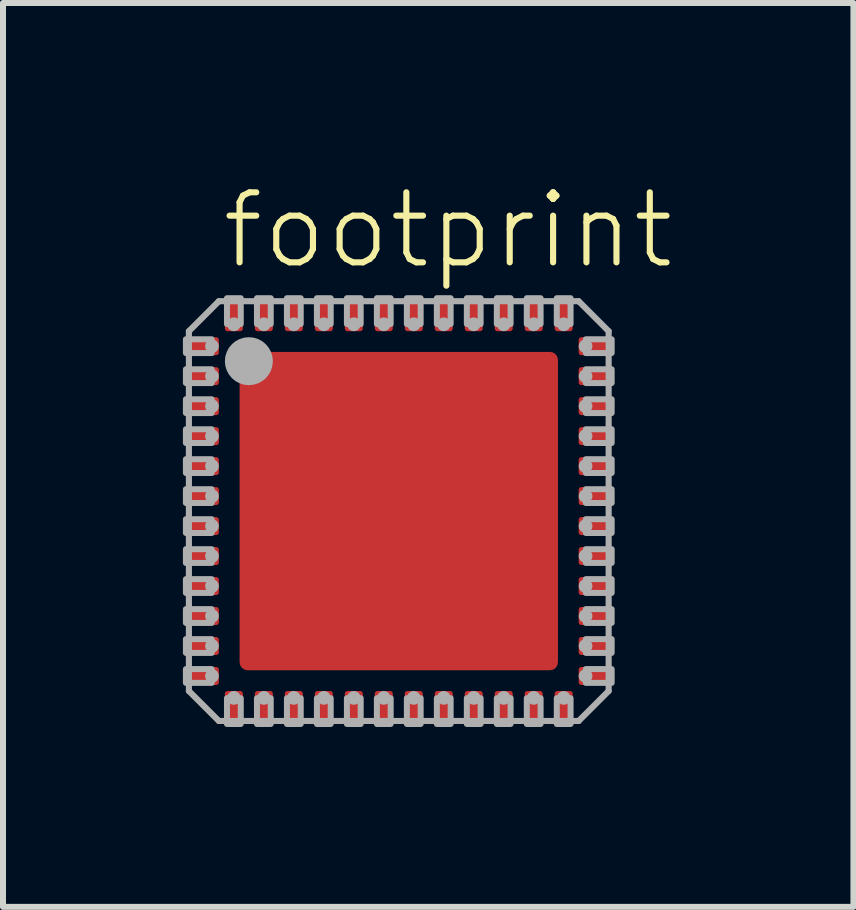
<source format=kicad_pcb>
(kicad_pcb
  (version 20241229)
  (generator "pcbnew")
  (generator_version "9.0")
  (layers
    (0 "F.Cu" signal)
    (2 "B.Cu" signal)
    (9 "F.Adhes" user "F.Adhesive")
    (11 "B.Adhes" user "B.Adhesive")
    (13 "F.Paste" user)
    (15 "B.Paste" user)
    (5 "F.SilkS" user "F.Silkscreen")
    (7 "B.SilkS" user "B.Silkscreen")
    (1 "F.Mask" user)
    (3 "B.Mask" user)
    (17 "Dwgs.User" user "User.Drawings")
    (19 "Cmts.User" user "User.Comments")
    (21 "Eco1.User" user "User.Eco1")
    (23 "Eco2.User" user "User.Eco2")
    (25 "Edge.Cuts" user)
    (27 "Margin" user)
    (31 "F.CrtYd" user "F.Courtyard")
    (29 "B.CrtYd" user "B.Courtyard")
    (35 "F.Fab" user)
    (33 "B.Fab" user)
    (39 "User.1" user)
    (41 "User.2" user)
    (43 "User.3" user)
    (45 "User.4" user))
  (footprint "footprint"
    (layer "F.Cu")
    (at 3.6 5.473)
    (property "Reference" "footprint" (at -3 -4 0) (layer "F.SilkS") (effects (font (size 1.168 1.168) (thickness 0.102)) (justify left bottom)))
    (fp_line (start -3.495 -2.845) (end -3.055 -2.845) (stroke (width 0.102) (type solid)) (layer "F.Mask"))
    (fp_line (start -3.495 -2.655) (end -3.495 -2.845) (stroke (width 0.102) (type solid)) (layer "F.Mask"))
    (fp_line (start -3.495 -2.345) (end -3.055 -2.345) (stroke (width 0.102) (type solid)) (layer "F.Mask"))
    (fp_line (start -3.495 -2.155) (end -3.495 -2.345) (stroke (width 0.102) (type solid)) (layer "F.Mask"))
    (fp_line (start -3.495 -1.845) (end -3.055 -1.845) (stroke (width 0.102) (type solid)) (layer "F.Mask"))
    (fp_line (start -3.495 -1.655) (end -3.495 -1.845) (stroke (width 0.102) (type solid)) (layer "F.Mask"))
    (fp_line (start -3.495 -1.345) (end -3.055 -1.345) (stroke (width 0.102) (type solid)) (layer "F.Mask"))
    (fp_line (start -3.495 -1.155) (end -3.495 -1.345) (stroke (width 0.102) (type solid)) (layer "F.Mask"))
    (fp_line (start -3.495 -0.845) (end -3.055 -0.845) (stroke (width 0.102) (type solid)) (layer "F.Mask"))
    (fp_line (start -3.495 -0.655) (end -3.495 -0.845) (stroke (width 0.102) (type solid)) (layer "F.Mask"))
    (fp_line (start -3.495 -0.345) (end -3.055 -0.345) (stroke (width 0.102) (type solid)) (layer "F.Mask"))
    (fp_line (start -3.495 -0.155) (end -3.495 -0.345) (stroke (width 0.102) (type solid)) (layer "F.Mask"))
    (fp_line (start -3.495 0.155) (end -3.055 0.155) (stroke (width 0.102) (type solid)) (layer "F.Mask"))
    (fp_line (start -3.495 0.345) (end -3.495 0.155) (stroke (width 0.102) (type solid)) (layer "F.Mask"))
    (fp_line (start -3.495 0.655) (end -3.055 0.655) (stroke (width 0.102) (type solid)) (layer "F.Mask"))
    (fp_line (start -3.495 0.845) (end -3.495 0.655) (stroke (width 0.102) (type solid)) (layer "F.Mask"))
    (fp_line (start -3.495 1.155) (end -3.055 1.155) (stroke (width 0.102) (type solid)) (layer "F.Mask"))
    (fp_line (start -3.495 1.345) (end -3.495 1.155) (stroke (width 0.102) (type solid)) (layer "F.Mask"))
    (fp_line (start -3.495 1.655) (end -3.055 1.655) (stroke (width 0.102) (type solid)) (layer "F.Mask"))
    (fp_line (start -3.495 1.845) (end -3.495 1.655) (stroke (width 0.102) (type solid)) (layer "F.Mask"))
    (fp_line (start -3.495 2.155) (end -3.055 2.155) (stroke (width 0.102) (type solid)) (layer "F.Mask"))
    (fp_line (start -3.495 2.345) (end -3.495 2.155) (stroke (width 0.102) (type solid)) (layer "F.Mask"))
    (fp_line (start -3.495 2.655) (end -3.055 2.655) (stroke (width 0.102) (type solid)) (layer "F.Mask"))
    (fp_line (start -3.495 2.845) (end -3.495 2.655) (stroke (width 0.102) (type solid)) (layer "F.Mask"))
    (fp_line (start -3.445 -2.75) (end -3.105 -2.75) (stroke (width 0.102) (type solid)) (layer "F.Mask"))
    (fp_line (start -3.445 -2.25) (end -3.105 -2.25) (stroke (width 0.102) (type solid)) (layer "F.Mask"))
    (fp_line (start -3.445 -1.75) (end -3.105 -1.75) (stroke (width 0.102) (type solid)) (layer "F.Mask"))
    (fp_line (start -3.445 -1.25) (end -3.105 -1.25) (stroke (width 0.102) (type solid)) (layer "F.Mask"))
    (fp_line (start -3.445 -0.75) (end -3.105 -0.75) (stroke (width 0.102) (type solid)) (layer "F.Mask"))
    (fp_line (start -3.445 -0.25) (end -3.105 -0.25) (stroke (width 0.102) (type solid)) (layer "F.Mask"))
    (fp_line (start -3.445 0.25) (end -3.105 0.25) (stroke (width 0.102) (type solid)) (layer "F.Mask"))
    (fp_line (start -3.445 0.75) (end -3.105 0.75) (stroke (width 0.102) (type solid)) (layer "F.Mask"))
    (fp_line (start -3.445 1.25) (end -3.105 1.25) (stroke (width 0.102) (type solid)) (layer "F.Mask"))
    (fp_line (start -3.445 1.75) (end -3.105 1.75) (stroke (width 0.102) (type solid)) (layer "F.Mask"))
    (fp_line (start -3.445 2.25) (end -3.105 2.25) (stroke (width 0.102) (type solid)) (layer "F.Mask"))
    (fp_line (start -3.445 2.75) (end -3.105 2.75) (stroke (width 0.102) (type solid)) (layer "F.Mask"))
    (fp_line (start -3.055 -2.845) (end -3.055 -2.655) (stroke (width 0.102) (type solid)) (layer "F.Mask"))
    (fp_line (start -3.055 -2.655) (end -3.495 -2.655) (stroke (width 0.102) (type solid)) (layer "F.Mask"))
    (fp_line (start -3.055 -2.345) (end -3.055 -2.155) (stroke (width 0.102) (type solid)) (layer "F.Mask"))
    (fp_line (start -3.055 -2.155) (end -3.495 -2.155) (stroke (width 0.102) (type solid)) (layer "F.Mask"))
    (fp_line (start -3.055 -1.845) (end -3.055 -1.655) (stroke (width 0.102) (type solid)) (layer "F.Mask"))
    (fp_line (start -3.055 -1.655) (end -3.495 -1.655) (stroke (width 0.102) (type solid)) (layer "F.Mask"))
    (fp_line (start -3.055 -1.345) (end -3.055 -1.155) (stroke (width 0.102) (type solid)) (layer "F.Mask"))
    (fp_line (start -3.055 -1.155) (end -3.495 -1.155) (stroke (width 0.102) (type solid)) (layer "F.Mask"))
    (fp_line (start -3.055 -0.845) (end -3.055 -0.655) (stroke (width 0.102) (type solid)) (layer "F.Mask"))
    (fp_line (start -3.055 -0.655) (end -3.495 -0.655) (stroke (width 0.102) (type solid)) (layer "F.Mask"))
    (fp_line (start -3.055 -0.345) (end -3.055 -0.155) (stroke (width 0.102) (type solid)) (layer "F.Mask"))
    (fp_line (start -3.055 -0.155) (end -3.495 -0.155) (stroke (width 0.102) (type solid)) (layer "F.Mask"))
    (fp_line (start -3.055 0.155) (end -3.055 0.345) (stroke (width 0.102) (type solid)) (layer "F.Mask"))
    (fp_line (start -3.055 0.345) (end -3.495 0.345) (stroke (width 0.102) (type solid)) (layer "F.Mask"))
    (fp_line (start -3.055 0.655) (end -3.055 0.845) (stroke (width 0.102) (type solid)) (layer "F.Mask"))
    (fp_line (start -3.055 0.845) (end -3.495 0.845) (stroke (width 0.102) (type solid)) (layer "F.Mask"))
    (fp_line (start -3.055 1.155) (end -3.055 1.345) (stroke (width 0.102) (type solid)) (layer "F.Mask"))
    (fp_line (start -3.055 1.345) (end -3.495 1.345) (stroke (width 0.102) (type solid)) (layer "F.Mask"))
    (fp_line (start -3.055 1.655) (end -3.055 1.845) (stroke (width 0.102) (type solid)) (layer "F.Mask"))
    (fp_line (start -3.055 1.845) (end -3.495 1.845) (stroke (width 0.102) (type solid)) (layer "F.Mask"))
    (fp_line (start -3.055 2.155) (end -3.055 2.345) (stroke (width 0.102) (type solid)) (layer "F.Mask"))
    (fp_line (start -3.055 2.345) (end -3.495 2.345) (stroke (width 0.102) (type solid)) (layer "F.Mask"))
    (fp_line (start -3.055 2.655) (end -3.055 2.845) (stroke (width 0.102) (type solid)) (layer "F.Mask"))
    (fp_line (start -3.055 2.845) (end -3.495 2.845) (stroke (width 0.102) (type solid)) (layer "F.Mask"))
    (fp_line (start -2.845 -3.495) (end -2.655 -3.495) (stroke (width 0.102) (type solid)) (layer "F.Mask"))
    (fp_line (start -2.845 -3.055) (end -2.845 -3.495) (stroke (width 0.102) (type solid)) (layer "F.Mask"))
    (fp_line (start -2.845 3.055) (end -2.655 3.055) (stroke (width 0.102) (type solid)) (layer "F.Mask"))
    (fp_line (start -2.845 3.495) (end -2.845 3.055) (stroke (width 0.102) (type solid)) (layer "F.Mask"))
    (fp_line (start -2.75 -3.445) (end -2.75 -3.105) (stroke (width 0.102) (type solid)) (layer "F.Mask"))
    (fp_line (start -2.75 3.445) (end -2.75 3.105) (stroke (width 0.102) (type solid)) (layer "F.Mask"))
    (fp_line (start -2.655 -3.495) (end -2.655 -3.055) (stroke (width 0.102) (type solid)) (layer "F.Mask"))
    (fp_line (start -2.655 -3.055) (end -2.845 -3.055) (stroke (width 0.102) (type solid)) (layer "F.Mask"))
    (fp_line (start -2.655 3.055) (end -2.655 3.495) (stroke (width 0.102) (type solid)) (layer "F.Mask"))
    (fp_line (start -2.655 3.495) (end -2.845 3.495) (stroke (width 0.102) (type solid)) (layer "F.Mask"))
    (fp_line (start -2.345 -3.495) (end -2.155 -3.495) (stroke (width 0.102) (type solid)) (layer "F.Mask"))
    (fp_line (start -2.345 -3.055) (end -2.345 -3.495) (stroke (width 0.102) (type solid)) (layer "F.Mask"))
    (fp_line (start -2.345 3.055) (end -2.155 3.055) (stroke (width 0.102) (type solid)) (layer "F.Mask"))
    (fp_line (start -2.345 3.495) (end -2.345 3.055) (stroke (width 0.102) (type solid)) (layer "F.Mask"))
    (fp_line (start -2.25 -3.445) (end -2.25 -3.105) (stroke (width 0.102) (type solid)) (layer "F.Mask"))
    (fp_line (start -2.25 3.445) (end -2.25 3.105) (stroke (width 0.102) (type solid)) (layer "F.Mask"))
    (fp_line (start -2.155 -3.495) (end -2.155 -3.055) (stroke (width 0.102) (type solid)) (layer "F.Mask"))
    (fp_line (start -2.155 -3.055) (end -2.345 -3.055) (stroke (width 0.102) (type solid)) (layer "F.Mask"))
    (fp_line (start -2.155 3.055) (end -2.155 3.495) (stroke (width 0.102) (type solid)) (layer "F.Mask"))
    (fp_line (start -2.155 3.495) (end -2.345 3.495) (stroke (width 0.102) (type solid)) (layer "F.Mask"))
    (fp_line (start -1.845 -3.495) (end -1.655 -3.495) (stroke (width 0.102) (type solid)) (layer "F.Mask"))
    (fp_line (start -1.845 -3.055) (end -1.845 -3.495) (stroke (width 0.102) (type solid)) (layer "F.Mask"))
    (fp_line (start -1.845 3.055) (end -1.655 3.055) (stroke (width 0.102) (type solid)) (layer "F.Mask"))
    (fp_line (start -1.845 3.495) (end -1.845 3.055) (stroke (width 0.102) (type solid)) (layer "F.Mask"))
    (fp_line (start -1.75 -3.445) (end -1.75 -3.105) (stroke (width 0.102) (type solid)) (layer "F.Mask"))
    (fp_line (start -1.75 3.445) (end -1.75 3.105) (stroke (width 0.102) (type solid)) (layer "F.Mask"))
    (fp_line (start -1.655 -3.495) (end -1.655 -3.055) (stroke (width 0.102) (type solid)) (layer "F.Mask"))
    (fp_line (start -1.655 -3.055) (end -1.845 -3.055) (stroke (width 0.102) (type solid)) (layer "F.Mask"))
    (fp_line (start -1.655 3.055) (end -1.655 3.495) (stroke (width 0.102) (type solid)) (layer "F.Mask"))
    (fp_line (start -1.655 3.495) (end -1.845 3.495) (stroke (width 0.102) (type solid)) (layer "F.Mask"))
    (fp_line (start -1.345 -3.495) (end -1.155 -3.495) (stroke (width 0.102) (type solid)) (layer "F.Mask"))
    (fp_line (start -1.345 -3.055) (end -1.345 -3.495) (stroke (width 0.102) (type solid)) (layer "F.Mask"))
    (fp_line (start -1.345 3.055) (end -1.155 3.055) (stroke (width 0.102) (type solid)) (layer "F.Mask"))
    (fp_line (start -1.345 3.495) (end -1.345 3.055) (stroke (width 0.102) (type solid)) (layer "F.Mask"))
    (fp_line (start -1.25 -3.445) (end -1.25 -3.105) (stroke (width 0.102) (type solid)) (layer "F.Mask"))
    (fp_line (start -1.25 3.445) (end -1.25 3.105) (stroke (width 0.102) (type solid)) (layer "F.Mask"))
    (fp_line (start -1.155 -3.495) (end -1.155 -3.055) (stroke (width 0.102) (type solid)) (layer "F.Mask"))
    (fp_line (start -1.155 -3.055) (end -1.345 -3.055) (stroke (width 0.102) (type solid)) (layer "F.Mask"))
    (fp_line (start -1.155 3.055) (end -1.155 3.495) (stroke (width 0.102) (type solid)) (layer "F.Mask"))
    (fp_line (start -1.155 3.495) (end -1.345 3.495) (stroke (width 0.102) (type solid)) (layer "F.Mask"))
    (fp_line (start -0.845 -3.495) (end -0.655 -3.495) (stroke (width 0.102) (type solid)) (layer "F.Mask"))
    (fp_line (start -0.845 -3.055) (end -0.845 -3.495) (stroke (width 0.102) (type solid)) (layer "F.Mask"))
    (fp_line (start -0.845 3.055) (end -0.655 3.055) (stroke (width 0.102) (type solid)) (layer "F.Mask"))
    (fp_line (start -0.845 3.495) (end -0.845 3.055) (stroke (width 0.102) (type solid)) (layer "F.Mask"))
    (fp_line (start -0.75 -3.445) (end -0.75 -3.105) (stroke (width 0.102) (type solid)) (layer "F.Mask"))
    (fp_line (start -0.75 3.445) (end -0.75 3.105) (stroke (width 0.102) (type solid)) (layer "F.Mask"))
    (fp_line (start -0.655 -3.495) (end -0.655 -3.055) (stroke (width 0.102) (type solid)) (layer "F.Mask"))
    (fp_line (start -0.655 -3.055) (end -0.845 -3.055) (stroke (width 0.102) (type solid)) (layer "F.Mask"))
    (fp_line (start -0.655 3.055) (end -0.655 3.495) (stroke (width 0.102) (type solid)) (layer "F.Mask"))
    (fp_line (start -0.655 3.495) (end -0.845 3.495) (stroke (width 0.102) (type solid)) (layer "F.Mask"))
    (fp_line (start -0.345 -3.495) (end -0.155 -3.495) (stroke (width 0.102) (type solid)) (layer "F.Mask"))
    (fp_line (start -0.345 -3.055) (end -0.345 -3.495) (stroke (width 0.102) (type solid)) (layer "F.Mask"))
    (fp_line (start -0.345 3.055) (end -0.155 3.055) (stroke (width 0.102) (type solid)) (layer "F.Mask"))
    (fp_line (start -0.345 3.495) (end -0.345 3.055) (stroke (width 0.102) (type solid)) (layer "F.Mask"))
    (fp_line (start -0.25 -3.445) (end -0.25 -3.105) (stroke (width 0.102) (type solid)) (layer "F.Mask"))
    (fp_line (start -0.25 3.445) (end -0.25 3.105) (stroke (width 0.102) (type solid)) (layer "F.Mask"))
    (fp_line (start -0.155 -3.495) (end -0.155 -3.055) (stroke (width 0.102) (type solid)) (layer "F.Mask"))
    (fp_line (start -0.155 -3.055) (end -0.345 -3.055) (stroke (width 0.102) (type solid)) (layer "F.Mask"))
    (fp_line (start -0.155 3.055) (end -0.155 3.495) (stroke (width 0.102) (type solid)) (layer "F.Mask"))
    (fp_line (start -0.155 3.495) (end -0.345 3.495) (stroke (width 0.102) (type solid)) (layer "F.Mask"))
    (fp_line (start 0.155 -3.495) (end 0.345 -3.495) (stroke (width 0.102) (type solid)) (layer "F.Mask"))
    (fp_line (start 0.155 -3.055) (end 0.155 -3.495) (stroke (width 0.102) (type solid)) (layer "F.Mask"))
    (fp_line (start 0.155 3.055) (end 0.345 3.055) (stroke (width 0.102) (type solid)) (layer "F.Mask"))
    (fp_line (start 0.155 3.495) (end 0.155 3.055) (stroke (width 0.102) (type solid)) (layer "F.Mask"))
    (fp_line (start 0.25 -3.445) (end 0.25 -3.105) (stroke (width 0.102) (type solid)) (layer "F.Mask"))
    (fp_line (start 0.25 3.445) (end 0.25 3.105) (stroke (width 0.102) (type solid)) (layer "F.Mask"))
    (fp_line (start 0.345 -3.495) (end 0.345 -3.055) (stroke (width 0.102) (type solid)) (layer "F.Mask"))
    (fp_line (start 0.345 -3.055) (end 0.155 -3.055) (stroke (width 0.102) (type solid)) (layer "F.Mask"))
    (fp_line (start 0.345 3.055) (end 0.345 3.495) (stroke (width 0.102) (type solid)) (layer "F.Mask"))
    (fp_line (start 0.345 3.495) (end 0.155 3.495) (stroke (width 0.102) (type solid)) (layer "F.Mask"))
    (fp_line (start 0.655 -3.495) (end 0.845 -3.495) (stroke (width 0.102) (type solid)) (layer "F.Mask"))
    (fp_line (start 0.655 -3.055) (end 0.655 -3.495) (stroke (width 0.102) (type solid)) (layer "F.Mask"))
    (fp_line (start 0.655 3.055) (end 0.845 3.055) (stroke (width 0.102) (type solid)) (layer "F.Mask"))
    (fp_line (start 0.655 3.495) (end 0.655 3.055) (stroke (width 0.102) (type solid)) (layer "F.Mask"))
    (fp_line (start 0.75 -3.445) (end 0.75 -3.105) (stroke (width 0.102) (type solid)) (layer "F.Mask"))
    (fp_line (start 0.75 3.445) (end 0.75 3.105) (stroke (width 0.102) (type solid)) (layer "F.Mask"))
    (fp_line (start 0.845 -3.495) (end 0.845 -3.055) (stroke (width 0.102) (type solid)) (layer "F.Mask"))
    (fp_line (start 0.845 -3.055) (end 0.655 -3.055) (stroke (width 0.102) (type solid)) (layer "F.Mask"))
    (fp_line (start 0.845 3.055) (end 0.845 3.495) (stroke (width 0.102) (type solid)) (layer "F.Mask"))
    (fp_line (start 0.845 3.495) (end 0.655 3.495) (stroke (width 0.102) (type solid)) (layer "F.Mask"))
    (fp_line (start 1.155 -3.495) (end 1.345 -3.495) (stroke (width 0.102) (type solid)) (layer "F.Mask"))
    (fp_line (start 1.155 -3.055) (end 1.155 -3.495) (stroke (width 0.102) (type solid)) (layer "F.Mask"))
    (fp_line (start 1.155 3.055) (end 1.345 3.055) (stroke (width 0.102) (type solid)) (layer "F.Mask"))
    (fp_line (start 1.155 3.495) (end 1.155 3.055) (stroke (width 0.102) (type solid)) (layer "F.Mask"))
    (fp_line (start 1.25 -3.445) (end 1.25 -3.105) (stroke (width 0.102) (type solid)) (layer "F.Mask"))
    (fp_line (start 1.25 3.445) (end 1.25 3.105) (stroke (width 0.102) (type solid)) (layer "F.Mask"))
    (fp_line (start 1.345 -3.495) (end 1.345 -3.055) (stroke (width 0.102) (type solid)) (layer "F.Mask"))
    (fp_line (start 1.345 -3.055) (end 1.155 -3.055) (stroke (width 0.102) (type solid)) (layer "F.Mask"))
    (fp_line (start 1.345 3.055) (end 1.345 3.495) (stroke (width 0.102) (type solid)) (layer "F.Mask"))
    (fp_line (start 1.345 3.495) (end 1.155 3.495) (stroke (width 0.102) (type solid)) (layer "F.Mask"))
    (fp_line (start 1.655 -3.495) (end 1.845 -3.495) (stroke (width 0.102) (type solid)) (layer "F.Mask"))
    (fp_line (start 1.655 -3.055) (end 1.655 -3.495) (stroke (width 0.102) (type solid)) (layer "F.Mask"))
    (fp_line (start 1.655 3.055) (end 1.845 3.055) (stroke (width 0.102) (type solid)) (layer "F.Mask"))
    (fp_line (start 1.655 3.495) (end 1.655 3.055) (stroke (width 0.102) (type solid)) (layer "F.Mask"))
    (fp_line (start 1.75 -3.445) (end 1.75 -3.105) (stroke (width 0.102) (type solid)) (layer "F.Mask"))
    (fp_line (start 1.75 3.445) (end 1.75 3.105) (stroke (width 0.102) (type solid)) (layer "F.Mask"))
    (fp_line (start 1.845 -3.495) (end 1.845 -3.055) (stroke (width 0.102) (type solid)) (layer "F.Mask"))
    (fp_line (start 1.845 -3.055) (end 1.655 -3.055) (stroke (width 0.102) (type solid)) (layer "F.Mask"))
    (fp_line (start 1.845 3.055) (end 1.845 3.495) (stroke (width 0.102) (type solid)) (layer "F.Mask"))
    (fp_line (start 1.845 3.495) (end 1.655 3.495) (stroke (width 0.102) (type solid)) (layer "F.Mask"))
    (fp_line (start 2.155 -3.495) (end 2.345 -3.495) (stroke (width 0.102) (type solid)) (layer "F.Mask"))
    (fp_line (start 2.155 -3.055) (end 2.155 -3.495) (stroke (width 0.102) (type solid)) (layer "F.Mask"))
    (fp_line (start 2.155 3.055) (end 2.345 3.055) (stroke (width 0.102) (type solid)) (layer "F.Mask"))
    (fp_line (start 2.155 3.495) (end 2.155 3.055) (stroke (width 0.102) (type solid)) (layer "F.Mask"))
    (fp_line (start 2.25 -3.445) (end 2.25 -3.105) (stroke (width 0.102) (type solid)) (layer "F.Mask"))
    (fp_line (start 2.25 3.445) (end 2.25 3.105) (stroke (width 0.102) (type solid)) (layer "F.Mask"))
    (fp_line (start 2.345 -3.495) (end 2.345 -3.055) (stroke (width 0.102) (type solid)) (layer "F.Mask"))
    (fp_line (start 2.345 -3.055) (end 2.155 -3.055) (stroke (width 0.102) (type solid)) (layer "F.Mask"))
    (fp_line (start 2.345 3.055) (end 2.345 3.495) (stroke (width 0.102) (type solid)) (layer "F.Mask"))
    (fp_line (start 2.345 3.495) (end 2.155 3.495) (stroke (width 0.102) (type solid)) (layer "F.Mask"))
    (fp_line (start 2.655 -3.495) (end 2.845 -3.495) (stroke (width 0.102) (type solid)) (layer "F.Mask"))
    (fp_line (start 2.655 -3.055) (end 2.655 -3.495) (stroke (width 0.102) (type solid)) (layer "F.Mask"))
    (fp_line (start 2.655 3.055) (end 2.845 3.055) (stroke (width 0.102) (type solid)) (layer "F.Mask"))
    (fp_line (start 2.655 3.495) (end 2.655 3.055) (stroke (width 0.102) (type solid)) (layer "F.Mask"))
    (fp_line (start 2.75 -3.445) (end 2.75 -3.105) (stroke (width 0.102) (type solid)) (layer "F.Mask"))
    (fp_line (start 2.75 3.445) (end 2.75 3.105) (stroke (width 0.102) (type solid)) (layer "F.Mask"))
    (fp_line (start 2.845 -3.495) (end 2.845 -3.055) (stroke (width 0.102) (type solid)) (layer "F.Mask"))
    (fp_line (start 2.845 -3.055) (end 2.655 -3.055) (stroke (width 0.102) (type solid)) (layer "F.Mask"))
    (fp_line (start 2.845 3.055) (end 2.845 3.495) (stroke (width 0.102) (type solid)) (layer "F.Mask"))
    (fp_line (start 2.845 3.495) (end 2.655 3.495) (stroke (width 0.102) (type solid)) (layer "F.Mask"))
    (fp_line (start 3.055 -2.845) (end 3.495 -2.845) (stroke (width 0.102) (type solid)) (layer "F.Mask"))
    (fp_line (start 3.055 -2.655) (end 3.055 -2.845) (stroke (width 0.102) (type solid)) (layer "F.Mask"))
    (fp_line (start 3.055 -2.345) (end 3.495 -2.345) (stroke (width 0.102) (type solid)) (layer "F.Mask"))
    (fp_line (start 3.055 -2.155) (end 3.055 -2.345) (stroke (width 0.102) (type solid)) (layer "F.Mask"))
    (fp_line (start 3.055 -1.845) (end 3.495 -1.845) (stroke (width 0.102) (type solid)) (layer "F.Mask"))
    (fp_line (start 3.055 -1.655) (end 3.055 -1.845) (stroke (width 0.102) (type solid)) (layer "F.Mask"))
    (fp_line (start 3.055 -1.345) (end 3.495 -1.345) (stroke (width 0.102) (type solid)) (layer "F.Mask"))
    (fp_line (start 3.055 -1.155) (end 3.055 -1.345) (stroke (width 0.102) (type solid)) (layer "F.Mask"))
    (fp_line (start 3.055 -0.845) (end 3.495 -0.845) (stroke (width 0.102) (type solid)) (layer "F.Mask"))
    (fp_line (start 3.055 -0.655) (end 3.055 -0.845) (stroke (width 0.102) (type solid)) (layer "F.Mask"))
    (fp_line (start 3.055 -0.345) (end 3.495 -0.345) (stroke (width 0.102) (type solid)) (layer "F.Mask"))
    (fp_line (start 3.055 -0.155) (end 3.055 -0.345) (stroke (width 0.102) (type solid)) (layer "F.Mask"))
    (fp_line (start 3.055 0.155) (end 3.495 0.155) (stroke (width 0.102) (type solid)) (layer "F.Mask"))
    (fp_line (start 3.055 0.345) (end 3.055 0.155) (stroke (width 0.102) (type solid)) (layer "F.Mask"))
    (fp_line (start 3.055 0.655) (end 3.495 0.655) (stroke (width 0.102) (type solid)) (layer "F.Mask"))
    (fp_line (start 3.055 0.845) (end 3.055 0.655) (stroke (width 0.102) (type solid)) (layer "F.Mask"))
    (fp_line (start 3.055 1.155) (end 3.495 1.155) (stroke (width 0.102) (type solid)) (layer "F.Mask"))
    (fp_line (start 3.055 1.345) (end 3.055 1.155) (stroke (width 0.102) (type solid)) (layer "F.Mask"))
    (fp_line (start 3.055 1.655) (end 3.495 1.655) (stroke (width 0.102) (type solid)) (layer "F.Mask"))
    (fp_line (start 3.055 1.845) (end 3.055 1.655) (stroke (width 0.102) (type solid)) (layer "F.Mask"))
    (fp_line (start 3.055 2.155) (end 3.495 2.155) (stroke (width 0.102) (type solid)) (layer "F.Mask"))
    (fp_line (start 3.055 2.345) (end 3.055 2.155) (stroke (width 0.102) (type solid)) (layer "F.Mask"))
    (fp_line (start 3.055 2.655) (end 3.495 2.655) (stroke (width 0.102) (type solid)) (layer "F.Mask"))
    (fp_line (start 3.055 2.845) (end 3.055 2.655) (stroke (width 0.102) (type solid)) (layer "F.Mask"))
    (fp_line (start 3.445 -2.75) (end 3.105 -2.75) (stroke (width 0.102) (type solid)) (layer "F.Mask"))
    (fp_line (start 3.445 -2.25) (end 3.105 -2.25) (stroke (width 0.102) (type solid)) (layer "F.Mask"))
    (fp_line (start 3.445 -1.75) (end 3.105 -1.75) (stroke (width 0.102) (type solid)) (layer "F.Mask"))
    (fp_line (start 3.445 -1.25) (end 3.105 -1.25) (stroke (width 0.102) (type solid)) (layer "F.Mask"))
    (fp_line (start 3.445 -0.75) (end 3.105 -0.75) (stroke (width 0.102) (type solid)) (layer "F.Mask"))
    (fp_line (start 3.445 -0.25) (end 3.105 -0.25) (stroke (width 0.102) (type solid)) (layer "F.Mask"))
    (fp_line (start 3.445 0.25) (end 3.105 0.25) (stroke (width 0.102) (type solid)) (layer "F.Mask"))
    (fp_line (start 3.445 0.75) (end 3.105 0.75) (stroke (width 0.102) (type solid)) (layer "F.Mask"))
    (fp_line (start 3.445 1.25) (end 3.105 1.25) (stroke (width 0.102) (type solid)) (layer "F.Mask"))
    (fp_line (start 3.445 1.75) (end 3.105 1.75) (stroke (width 0.102) (type solid)) (layer "F.Mask"))
    (fp_line (start 3.445 2.25) (end 3.105 2.25) (stroke (width 0.102) (type solid)) (layer "F.Mask"))
    (fp_line (start 3.445 2.75) (end 3.105 2.75) (stroke (width 0.102) (type solid)) (layer "F.Mask"))
    (fp_line (start 3.495 -2.845) (end 3.495 -2.655) (stroke (width 0.102) (type solid)) (layer "F.Mask"))
    (fp_line (start 3.495 -2.655) (end 3.055 -2.655) (stroke (width 0.102) (type solid)) (layer "F.Mask"))
    (fp_line (start 3.495 -2.345) (end 3.495 -2.155) (stroke (width 0.102) (type solid)) (layer "F.Mask"))
    (fp_line (start 3.495 -2.155) (end 3.055 -2.155) (stroke (width 0.102) (type solid)) (layer "F.Mask"))
    (fp_line (start 3.495 -1.845) (end 3.495 -1.655) (stroke (width 0.102) (type solid)) (layer "F.Mask"))
    (fp_line (start 3.495 -1.655) (end 3.055 -1.655) (stroke (width 0.102) (type solid)) (layer "F.Mask"))
    (fp_line (start 3.495 -1.345) (end 3.495 -1.155) (stroke (width 0.102) (type solid)) (layer "F.Mask"))
    (fp_line (start 3.495 -1.155) (end 3.055 -1.155) (stroke (width 0.102) (type solid)) (layer "F.Mask"))
    (fp_line (start 3.495 -0.845) (end 3.495 -0.655) (stroke (width 0.102) (type solid)) (layer "F.Mask"))
    (fp_line (start 3.495 -0.655) (end 3.055 -0.655) (stroke (width 0.102) (type solid)) (layer "F.Mask"))
    (fp_line (start 3.495 -0.345) (end 3.495 -0.155) (stroke (width 0.102) (type solid)) (layer "F.Mask"))
    (fp_line (start 3.495 -0.155) (end 3.055 -0.155) (stroke (width 0.102) (type solid)) (layer "F.Mask"))
    (fp_line (start 3.495 0.155) (end 3.495 0.345) (stroke (width 0.102) (type solid)) (layer "F.Mask"))
    (fp_line (start 3.495 0.345) (end 3.055 0.345) (stroke (width 0.102) (type solid)) (layer "F.Mask"))
    (fp_line (start 3.495 0.655) (end 3.495 0.845) (stroke (width 0.102) (type solid)) (layer "F.Mask"))
    (fp_line (start 3.495 0.845) (end 3.055 0.845) (stroke (width 0.102) (type solid)) (layer "F.Mask"))
    (fp_line (start 3.495 1.155) (end 3.495 1.345) (stroke (width 0.102) (type solid)) (layer "F.Mask"))
    (fp_line (start 3.495 1.345) (end 3.055 1.345) (stroke (width 0.102) (type solid)) (layer "F.Mask"))
    (fp_line (start 3.495 1.655) (end 3.495 1.845) (stroke (width 0.102) (type solid)) (layer "F.Mask"))
    (fp_line (start 3.495 1.845) (end 3.055 1.845) (stroke (width 0.102) (type solid)) (layer "F.Mask"))
    (fp_line (start 3.495 2.155) (end 3.495 2.345) (stroke (width 0.102) (type solid)) (layer "F.Mask"))
    (fp_line (start 3.495 2.345) (end 3.055 2.345) (stroke (width 0.102) (type solid)) (layer "F.Mask"))
    (fp_line (start 3.495 2.655) (end 3.495 2.845) (stroke (width 0.102) (type solid)) (layer "F.Mask"))
    (fp_line (start 3.495 2.845) (end 3.055 2.845) (stroke (width 0.102) (type solid)) (layer "F.Mask"))
    (fp_poly (pts (xy -2.54 2.54) (xy 2.54 2.54) (xy 2.54 -2.54) (xy -2.54 -2.54)) (stroke (width 0) (type solid)) (fill yes) (layer "F.Mask"))
    (fp_line (start -3.49 -2.84) (end -3.06 -2.84) (stroke (width 0.102) (type solid)) (layer "F.Paste"))
    (fp_line (start -3.49 -2.66) (end -3.49 -2.84) (stroke (width 0.102) (type solid)) (layer "F.Paste"))
    (fp_line (start -3.49 -2.34) (end -3.06 -2.34) (stroke (width 0.102) (type solid)) (layer "F.Paste"))
    (fp_line (start -3.49 -2.16) (end -3.49 -2.34) (stroke (width 0.102) (type solid)) (layer "F.Paste"))
    (fp_line (start -3.49 -1.84) (end -3.06 -1.84) (stroke (width 0.102) (type solid)) (layer "F.Paste"))
    (fp_line (start -3.49 -1.66) (end -3.49 -1.84) (stroke (width 0.102) (type solid)) (layer "F.Paste"))
    (fp_line (start -3.49 -1.34) (end -3.06 -1.34) (stroke (width 0.102) (type solid)) (layer "F.Paste"))
    (fp_line (start -3.49 -1.16) (end -3.49 -1.34) (stroke (width 0.102) (type solid)) (layer "F.Paste"))
    (fp_line (start -3.49 -0.84) (end -3.06 -0.84) (stroke (width 0.102) (type solid)) (layer "F.Paste"))
    (fp_line (start -3.49 -0.66) (end -3.49 -0.84) (stroke (width 0.102) (type solid)) (layer "F.Paste"))
    (fp_line (start -3.49 -0.34) (end -3.06 -0.34) (stroke (width 0.102) (type solid)) (layer "F.Paste"))
    (fp_line (start -3.49 -0.16) (end -3.49 -0.34) (stroke (width 0.102) (type solid)) (layer "F.Paste"))
    (fp_line (start -3.49 0.16) (end -3.06 0.16) (stroke (width 0.102) (type solid)) (layer "F.Paste"))
    (fp_line (start -3.49 0.34) (end -3.49 0.16) (stroke (width 0.102) (type solid)) (layer "F.Paste"))
    (fp_line (start -3.49 0.66) (end -3.06 0.66) (stroke (width 0.102) (type solid)) (layer "F.Paste"))
    (fp_line (start -3.49 0.84) (end -3.49 0.66) (stroke (width 0.102) (type solid)) (layer "F.Paste"))
    (fp_line (start -3.49 1.16) (end -3.06 1.16) (stroke (width 0.102) (type solid)) (layer "F.Paste"))
    (fp_line (start -3.49 1.34) (end -3.49 1.16) (stroke (width 0.102) (type solid)) (layer "F.Paste"))
    (fp_line (start -3.49 1.66) (end -3.06 1.66) (stroke (width 0.102) (type solid)) (layer "F.Paste"))
    (fp_line (start -3.49 1.84) (end -3.49 1.66) (stroke (width 0.102) (type solid)) (layer "F.Paste"))
    (fp_line (start -3.49 2.16) (end -3.06 2.16) (stroke (width 0.102) (type solid)) (layer "F.Paste"))
    (fp_line (start -3.49 2.34) (end -3.49 2.16) (stroke (width 0.102) (type solid)) (layer "F.Paste"))
    (fp_line (start -3.49 2.66) (end -3.06 2.66) (stroke (width 0.102) (type solid)) (layer "F.Paste"))
    (fp_line (start -3.49 2.84) (end -3.49 2.66) (stroke (width 0.102) (type solid)) (layer "F.Paste"))
    (fp_line (start -3.44 -2.75) (end -3.11 -2.75) (stroke (width 0.102) (type solid)) (layer "F.Paste"))
    (fp_line (start -3.44 -2.25) (end -3.11 -2.25) (stroke (width 0.102) (type solid)) (layer "F.Paste"))
    (fp_line (start -3.44 -1.75) (end -3.11 -1.75) (stroke (width 0.102) (type solid)) (layer "F.Paste"))
    (fp_line (start -3.44 -1.25) (end -3.11 -1.25) (stroke (width 0.102) (type solid)) (layer "F.Paste"))
    (fp_line (start -3.44 -0.75) (end -3.11 -0.75) (stroke (width 0.102) (type solid)) (layer "F.Paste"))
    (fp_line (start -3.44 -0.25) (end -3.11 -0.25) (stroke (width 0.102) (type solid)) (layer "F.Paste"))
    (fp_line (start -3.44 0.25) (end -3.11 0.25) (stroke (width 0.102) (type solid)) (layer "F.Paste"))
    (fp_line (start -3.44 0.75) (end -3.11 0.75) (stroke (width 0.102) (type solid)) (layer "F.Paste"))
    (fp_line (start -3.44 1.25) (end -3.11 1.25) (stroke (width 0.102) (type solid)) (layer "F.Paste"))
    (fp_line (start -3.44 1.75) (end -3.11 1.75) (stroke (width 0.102) (type solid)) (layer "F.Paste"))
    (fp_line (start -3.44 2.25) (end -3.11 2.25) (stroke (width 0.102) (type solid)) (layer "F.Paste"))
    (fp_line (start -3.44 2.75) (end -3.11 2.75) (stroke (width 0.102) (type solid)) (layer "F.Paste"))
    (fp_line (start -3.06 -2.84) (end -3.06 -2.66) (stroke (width 0.102) (type solid)) (layer "F.Paste"))
    (fp_line (start -3.06 -2.66) (end -3.49 -2.66) (stroke (width 0.102) (type solid)) (layer "F.Paste"))
    (fp_line (start -3.06 -2.34) (end -3.06 -2.16) (stroke (width 0.102) (type solid)) (layer "F.Paste"))
    (fp_line (start -3.06 -2.16) (end -3.49 -2.16) (stroke (width 0.102) (type solid)) (layer "F.Paste"))
    (fp_line (start -3.06 -1.84) (end -3.06 -1.66) (stroke (width 0.102) (type solid)) (layer "F.Paste"))
    (fp_line (start -3.06 -1.66) (end -3.49 -1.66) (stroke (width 0.102) (type solid)) (layer "F.Paste"))
    (fp_line (start -3.06 -1.34) (end -3.06 -1.16) (stroke (width 0.102) (type solid)) (layer "F.Paste"))
    (fp_line (start -3.06 -1.16) (end -3.49 -1.16) (stroke (width 0.102) (type solid)) (layer "F.Paste"))
    (fp_line (start -3.06 -0.84) (end -3.06 -0.66) (stroke (width 0.102) (type solid)) (layer "F.Paste"))
    (fp_line (start -3.06 -0.66) (end -3.49 -0.66) (stroke (width 0.102) (type solid)) (layer "F.Paste"))
    (fp_line (start -3.06 -0.34) (end -3.06 -0.16) (stroke (width 0.102) (type solid)) (layer "F.Paste"))
    (fp_line (start -3.06 -0.16) (end -3.49 -0.16) (stroke (width 0.102) (type solid)) (layer "F.Paste"))
    (fp_line (start -3.06 0.16) (end -3.06 0.34) (stroke (width 0.102) (type solid)) (layer "F.Paste"))
    (fp_line (start -3.06 0.34) (end -3.49 0.34) (stroke (width 0.102) (type solid)) (layer "F.Paste"))
    (fp_line (start -3.06 0.66) (end -3.06 0.84) (stroke (width 0.102) (type solid)) (layer "F.Paste"))
    (fp_line (start -3.06 0.84) (end -3.49 0.84) (stroke (width 0.102) (type solid)) (layer "F.Paste"))
    (fp_line (start -3.06 1.16) (end -3.06 1.34) (stroke (width 0.102) (type solid)) (layer "F.Paste"))
    (fp_line (start -3.06 1.34) (end -3.49 1.34) (stroke (width 0.102) (type solid)) (layer "F.Paste"))
    (fp_line (start -3.06 1.66) (end -3.06 1.84) (stroke (width 0.102) (type solid)) (layer "F.Paste"))
    (fp_line (start -3.06 1.84) (end -3.49 1.84) (stroke (width 0.102) (type solid)) (layer "F.Paste"))
    (fp_line (start -3.06 2.16) (end -3.06 2.34) (stroke (width 0.102) (type solid)) (layer "F.Paste"))
    (fp_line (start -3.06 2.34) (end -3.49 2.34) (stroke (width 0.102) (type solid)) (layer "F.Paste"))
    (fp_line (start -3.06 2.66) (end -3.06 2.84) (stroke (width 0.102) (type solid)) (layer "F.Paste"))
    (fp_line (start -3.06 2.84) (end -3.49 2.84) (stroke (width 0.102) (type solid)) (layer "F.Paste"))
    (fp_line (start -2.84 -3.49) (end -2.66 -3.49) (stroke (width 0.102) (type solid)) (layer "F.Paste"))
    (fp_line (start -2.84 -3.06) (end -2.84 -3.49) (stroke (width 0.102) (type solid)) (layer "F.Paste"))
    (fp_line (start -2.84 3.06) (end -2.66 3.06) (stroke (width 0.102) (type solid)) (layer "F.Paste"))
    (fp_line (start -2.84 3.49) (end -2.84 3.06) (stroke (width 0.102) (type solid)) (layer "F.Paste"))
    (fp_line (start -2.75 -3.44) (end -2.75 -3.11) (stroke (width 0.102) (type solid)) (layer "F.Paste"))
    (fp_line (start -2.75 3.44) (end -2.75 3.11) (stroke (width 0.102) (type solid)) (layer "F.Paste"))
    (fp_line (start -2.66 -3.49) (end -2.66 -3.06) (stroke (width 0.102) (type solid)) (layer "F.Paste"))
    (fp_line (start -2.66 -3.06) (end -2.84 -3.06) (stroke (width 0.102) (type solid)) (layer "F.Paste"))
    (fp_line (start -2.66 3.06) (end -2.66 3.49) (stroke (width 0.102) (type solid)) (layer "F.Paste"))
    (fp_line (start -2.66 3.49) (end -2.84 3.49) (stroke (width 0.102) (type solid)) (layer "F.Paste"))
    (fp_line (start -2.34 -3.49) (end -2.16 -3.49) (stroke (width 0.102) (type solid)) (layer "F.Paste"))
    (fp_line (start -2.34 -3.06) (end -2.34 -3.49) (stroke (width 0.102) (type solid)) (layer "F.Paste"))
    (fp_line (start -2.34 3.06) (end -2.16 3.06) (stroke (width 0.102) (type solid)) (layer "F.Paste"))
    (fp_line (start -2.34 3.49) (end -2.34 3.06) (stroke (width 0.102) (type solid)) (layer "F.Paste"))
    (fp_line (start -2.25 -3.44) (end -2.25 -3.11) (stroke (width 0.102) (type solid)) (layer "F.Paste"))
    (fp_line (start -2.25 3.44) (end -2.25 3.11) (stroke (width 0.102) (type solid)) (layer "F.Paste"))
    (fp_line (start -2.16 -3.49) (end -2.16 -3.06) (stroke (width 0.102) (type solid)) (layer "F.Paste"))
    (fp_line (start -2.16 -3.06) (end -2.34 -3.06) (stroke (width 0.102) (type solid)) (layer "F.Paste"))
    (fp_line (start -2.16 3.06) (end -2.16 3.49) (stroke (width 0.102) (type solid)) (layer "F.Paste"))
    (fp_line (start -2.16 3.49) (end -2.34 3.49) (stroke (width 0.102) (type solid)) (layer "F.Paste"))
    (fp_line (start -1.84 -3.49) (end -1.66 -3.49) (stroke (width 0.102) (type solid)) (layer "F.Paste"))
    (fp_line (start -1.84 -3.06) (end -1.84 -3.49) (stroke (width 0.102) (type solid)) (layer "F.Paste"))
    (fp_line (start -1.84 3.06) (end -1.66 3.06) (stroke (width 0.102) (type solid)) (layer "F.Paste"))
    (fp_line (start -1.84 3.49) (end -1.84 3.06) (stroke (width 0.102) (type solid)) (layer "F.Paste"))
    (fp_line (start -1.75 -3.44) (end -1.75 -3.11) (stroke (width 0.102) (type solid)) (layer "F.Paste"))
    (fp_line (start -1.75 3.44) (end -1.75 3.11) (stroke (width 0.102) (type solid)) (layer "F.Paste"))
    (fp_line (start -1.66 -3.49) (end -1.66 -3.06) (stroke (width 0.102) (type solid)) (layer "F.Paste"))
    (fp_line (start -1.66 -3.06) (end -1.84 -3.06) (stroke (width 0.102) (type solid)) (layer "F.Paste"))
    (fp_line (start -1.66 3.06) (end -1.66 3.49) (stroke (width 0.102) (type solid)) (layer "F.Paste"))
    (fp_line (start -1.66 3.49) (end -1.84 3.49) (stroke (width 0.102) (type solid)) (layer "F.Paste"))
    (fp_line (start -1.34 -3.49) (end -1.16 -3.49) (stroke (width 0.102) (type solid)) (layer "F.Paste"))
    (fp_line (start -1.34 -3.06) (end -1.34 -3.49) (stroke (width 0.102) (type solid)) (layer "F.Paste"))
    (fp_line (start -1.34 3.06) (end -1.16 3.06) (stroke (width 0.102) (type solid)) (layer "F.Paste"))
    (fp_line (start -1.34 3.49) (end -1.34 3.06) (stroke (width 0.102) (type solid)) (layer "F.Paste"))
    (fp_line (start -1.25 -3.44) (end -1.25 -3.11) (stroke (width 0.102) (type solid)) (layer "F.Paste"))
    (fp_line (start -1.25 3.44) (end -1.25 3.11) (stroke (width 0.102) (type solid)) (layer "F.Paste"))
    (fp_line (start -1.16 -3.49) (end -1.16 -3.06) (stroke (width 0.102) (type solid)) (layer "F.Paste"))
    (fp_line (start -1.16 -3.06) (end -1.34 -3.06) (stroke (width 0.102) (type solid)) (layer "F.Paste"))
    (fp_line (start -1.16 3.06) (end -1.16 3.49) (stroke (width 0.102) (type solid)) (layer "F.Paste"))
    (fp_line (start -1.16 3.49) (end -1.34 3.49) (stroke (width 0.102) (type solid)) (layer "F.Paste"))
    (fp_line (start -0.84 -3.49) (end -0.66 -3.49) (stroke (width 0.102) (type solid)) (layer "F.Paste"))
    (fp_line (start -0.84 -3.06) (end -0.84 -3.49) (stroke (width 0.102) (type solid)) (layer "F.Paste"))
    (fp_line (start -0.84 3.06) (end -0.66 3.06) (stroke (width 0.102) (type solid)) (layer "F.Paste"))
    (fp_line (start -0.84 3.49) (end -0.84 3.06) (stroke (width 0.102) (type solid)) (layer "F.Paste"))
    (fp_line (start -0.75 -3.44) (end -0.75 -3.11) (stroke (width 0.102) (type solid)) (layer "F.Paste"))
    (fp_line (start -0.75 3.44) (end -0.75 3.11) (stroke (width 0.102) (type solid)) (layer "F.Paste"))
    (fp_line (start -0.66 -3.49) (end -0.66 -3.06) (stroke (width 0.102) (type solid)) (layer "F.Paste"))
    (fp_line (start -0.66 -3.06) (end -0.84 -3.06) (stroke (width 0.102) (type solid)) (layer "F.Paste"))
    (fp_line (start -0.66 3.06) (end -0.66 3.49) (stroke (width 0.102) (type solid)) (layer "F.Paste"))
    (fp_line (start -0.66 3.49) (end -0.84 3.49) (stroke (width 0.102) (type solid)) (layer "F.Paste"))
    (fp_line (start -0.34 -3.49) (end -0.16 -3.49) (stroke (width 0.102) (type solid)) (layer "F.Paste"))
    (fp_line (start -0.34 -3.06) (end -0.34 -3.49) (stroke (width 0.102) (type solid)) (layer "F.Paste"))
    (fp_line (start -0.34 3.06) (end -0.16 3.06) (stroke (width 0.102) (type solid)) (layer "F.Paste"))
    (fp_line (start -0.34 3.49) (end -0.34 3.06) (stroke (width 0.102) (type solid)) (layer "F.Paste"))
    (fp_line (start -0.25 -3.44) (end -0.25 -3.11) (stroke (width 0.102) (type solid)) (layer "F.Paste"))
    (fp_line (start -0.25 3.44) (end -0.25 3.11) (stroke (width 0.102) (type solid)) (layer "F.Paste"))
    (fp_line (start -0.16 -3.49) (end -0.16 -3.06) (stroke (width 0.102) (type solid)) (layer "F.Paste"))
    (fp_line (start -0.16 -3.06) (end -0.34 -3.06) (stroke (width 0.102) (type solid)) (layer "F.Paste"))
    (fp_line (start -0.16 3.06) (end -0.16 3.49) (stroke (width 0.102) (type solid)) (layer "F.Paste"))
    (fp_line (start -0.16 3.49) (end -0.34 3.49) (stroke (width 0.102) (type solid)) (layer "F.Paste"))
    (fp_line (start 0.16 -3.49) (end 0.34 -3.49) (stroke (width 0.102) (type solid)) (layer "F.Paste"))
    (fp_line (start 0.16 -3.06) (end 0.16 -3.49) (stroke (width 0.102) (type solid)) (layer "F.Paste"))
    (fp_line (start 0.16 3.06) (end 0.34 3.06) (stroke (width 0.102) (type solid)) (layer "F.Paste"))
    (fp_line (start 0.16 3.49) (end 0.16 3.06) (stroke (width 0.102) (type solid)) (layer "F.Paste"))
    (fp_line (start 0.25 -3.44) (end 0.25 -3.11) (stroke (width 0.102) (type solid)) (layer "F.Paste"))
    (fp_line (start 0.25 3.44) (end 0.25 3.11) (stroke (width 0.102) (type solid)) (layer "F.Paste"))
    (fp_line (start 0.34 -3.49) (end 0.34 -3.06) (stroke (width 0.102) (type solid)) (layer "F.Paste"))
    (fp_line (start 0.34 -3.06) (end 0.16 -3.06) (stroke (width 0.102) (type solid)) (layer "F.Paste"))
    (fp_line (start 0.34 3.06) (end 0.34 3.49) (stroke (width 0.102) (type solid)) (layer "F.Paste"))
    (fp_line (start 0.34 3.49) (end 0.16 3.49) (stroke (width 0.102) (type solid)) (layer "F.Paste"))
    (fp_line (start 0.66 -3.49) (end 0.84 -3.49) (stroke (width 0.102) (type solid)) (layer "F.Paste"))
    (fp_line (start 0.66 -3.06) (end 0.66 -3.49) (stroke (width 0.102) (type solid)) (layer "F.Paste"))
    (fp_line (start 0.66 3.06) (end 0.84 3.06) (stroke (width 0.102) (type solid)) (layer "F.Paste"))
    (fp_line (start 0.66 3.49) (end 0.66 3.06) (stroke (width 0.102) (type solid)) (layer "F.Paste"))
    (fp_line (start 0.75 -3.44) (end 0.75 -3.11) (stroke (width 0.102) (type solid)) (layer "F.Paste"))
    (fp_line (start 0.75 3.44) (end 0.75 3.11) (stroke (width 0.102) (type solid)) (layer "F.Paste"))
    (fp_line (start 0.84 -3.49) (end 0.84 -3.06) (stroke (width 0.102) (type solid)) (layer "F.Paste"))
    (fp_line (start 0.84 -3.06) (end 0.66 -3.06) (stroke (width 0.102) (type solid)) (layer "F.Paste"))
    (fp_line (start 0.84 3.06) (end 0.84 3.49) (stroke (width 0.102) (type solid)) (layer "F.Paste"))
    (fp_line (start 0.84 3.49) (end 0.66 3.49) (stroke (width 0.102) (type solid)) (layer "F.Paste"))
    (fp_line (start 1.16 -3.49) (end 1.34 -3.49) (stroke (width 0.102) (type solid)) (layer "F.Paste"))
    (fp_line (start 1.16 -3.06) (end 1.16 -3.49) (stroke (width 0.102) (type solid)) (layer "F.Paste"))
    (fp_line (start 1.16 3.06) (end 1.34 3.06) (stroke (width 0.102) (type solid)) (layer "F.Paste"))
    (fp_line (start 1.16 3.49) (end 1.16 3.06) (stroke (width 0.102) (type solid)) (layer "F.Paste"))
    (fp_line (start 1.25 -3.44) (end 1.25 -3.11) (stroke (width 0.102) (type solid)) (layer "F.Paste"))
    (fp_line (start 1.25 3.44) (end 1.25 3.11) (stroke (width 0.102) (type solid)) (layer "F.Paste"))
    (fp_line (start 1.34 -3.49) (end 1.34 -3.06) (stroke (width 0.102) (type solid)) (layer "F.Paste"))
    (fp_line (start 1.34 -3.06) (end 1.16 -3.06) (stroke (width 0.102) (type solid)) (layer "F.Paste"))
    (fp_line (start 1.34 3.06) (end 1.34 3.49) (stroke (width 0.102) (type solid)) (layer "F.Paste"))
    (fp_line (start 1.34 3.49) (end 1.16 3.49) (stroke (width 0.102) (type solid)) (layer "F.Paste"))
    (fp_line (start 1.66 -3.49) (end 1.84 -3.49) (stroke (width 0.102) (type solid)) (layer "F.Paste"))
    (fp_line (start 1.66 -3.06) (end 1.66 -3.49) (stroke (width 0.102) (type solid)) (layer "F.Paste"))
    (fp_line (start 1.66 3.06) (end 1.84 3.06) (stroke (width 0.102) (type solid)) (layer "F.Paste"))
    (fp_line (start 1.66 3.49) (end 1.66 3.06) (stroke (width 0.102) (type solid)) (layer "F.Paste"))
    (fp_line (start 1.75 -3.44) (end 1.75 -3.11) (stroke (width 0.102) (type solid)) (layer "F.Paste"))
    (fp_line (start 1.75 3.44) (end 1.75 3.11) (stroke (width 0.102) (type solid)) (layer "F.Paste"))
    (fp_line (start 1.84 -3.49) (end 1.84 -3.06) (stroke (width 0.102) (type solid)) (layer "F.Paste"))
    (fp_line (start 1.84 -3.06) (end 1.66 -3.06) (stroke (width 0.102) (type solid)) (layer "F.Paste"))
    (fp_line (start 1.84 3.06) (end 1.84 3.49) (stroke (width 0.102) (type solid)) (layer "F.Paste"))
    (fp_line (start 1.84 3.49) (end 1.66 3.49) (stroke (width 0.102) (type solid)) (layer "F.Paste"))
    (fp_line (start 2.16 -3.49) (end 2.34 -3.49) (stroke (width 0.102) (type solid)) (layer "F.Paste"))
    (fp_line (start 2.16 -3.06) (end 2.16 -3.49) (stroke (width 0.102) (type solid)) (layer "F.Paste"))
    (fp_line (start 2.16 3.06) (end 2.34 3.06) (stroke (width 0.102) (type solid)) (layer "F.Paste"))
    (fp_line (start 2.16 3.49) (end 2.16 3.06) (stroke (width 0.102) (type solid)) (layer "F.Paste"))
    (fp_line (start 2.25 -3.44) (end 2.25 -3.11) (stroke (width 0.102) (type solid)) (layer "F.Paste"))
    (fp_line (start 2.25 3.44) (end 2.25 3.11) (stroke (width 0.102) (type solid)) (layer "F.Paste"))
    (fp_line (start 2.34 -3.49) (end 2.34 -3.06) (stroke (width 0.102) (type solid)) (layer "F.Paste"))
    (fp_line (start 2.34 -3.06) (end 2.16 -3.06) (stroke (width 0.102) (type solid)) (layer "F.Paste"))
    (fp_line (start 2.34 3.06) (end 2.34 3.49) (stroke (width 0.102) (type solid)) (layer "F.Paste"))
    (fp_line (start 2.34 3.49) (end 2.16 3.49) (stroke (width 0.102) (type solid)) (layer "F.Paste"))
    (fp_line (start 2.66 -3.49) (end 2.84 -3.49) (stroke (width 0.102) (type solid)) (layer "F.Paste"))
    (fp_line (start 2.66 -3.06) (end 2.66 -3.49) (stroke (width 0.102) (type solid)) (layer "F.Paste"))
    (fp_line (start 2.66 3.06) (end 2.84 3.06) (stroke (width 0.102) (type solid)) (layer "F.Paste"))
    (fp_line (start 2.66 3.49) (end 2.66 3.06) (stroke (width 0.102) (type solid)) (layer "F.Paste"))
    (fp_line (start 2.75 -3.44) (end 2.75 -3.11) (stroke (width 0.102) (type solid)) (layer "F.Paste"))
    (fp_line (start 2.75 3.44) (end 2.75 3.11) (stroke (width 0.102) (type solid)) (layer "F.Paste"))
    (fp_line (start 2.84 -3.49) (end 2.84 -3.06) (stroke (width 0.102) (type solid)) (layer "F.Paste"))
    (fp_line (start 2.84 -3.06) (end 2.66 -3.06) (stroke (width 0.102) (type solid)) (layer "F.Paste"))
    (fp_line (start 2.84 3.06) (end 2.84 3.49) (stroke (width 0.102) (type solid)) (layer "F.Paste"))
    (fp_line (start 2.84 3.49) (end 2.66 3.49) (stroke (width 0.102) (type solid)) (layer "F.Paste"))
    (fp_line (start 3.06 -2.84) (end 3.49 -2.84) (stroke (width 0.102) (type solid)) (layer "F.Paste"))
    (fp_line (start 3.06 -2.66) (end 3.06 -2.84) (stroke (width 0.102) (type solid)) (layer "F.Paste"))
    (fp_line (start 3.06 -2.34) (end 3.49 -2.34) (stroke (width 0.102) (type solid)) (layer "F.Paste"))
    (fp_line (start 3.06 -2.16) (end 3.06 -2.34) (stroke (width 0.102) (type solid)) (layer "F.Paste"))
    (fp_line (start 3.06 -1.84) (end 3.49 -1.84) (stroke (width 0.102) (type solid)) (layer "F.Paste"))
    (fp_line (start 3.06 -1.66) (end 3.06 -1.84) (stroke (width 0.102) (type solid)) (layer "F.Paste"))
    (fp_line (start 3.06 -1.34) (end 3.49 -1.34) (stroke (width 0.102) (type solid)) (layer "F.Paste"))
    (fp_line (start 3.06 -1.16) (end 3.06 -1.34) (stroke (width 0.102) (type solid)) (layer "F.Paste"))
    (fp_line (start 3.06 -0.84) (end 3.49 -0.84) (stroke (width 0.102) (type solid)) (layer "F.Paste"))
    (fp_line (start 3.06 -0.66) (end 3.06 -0.84) (stroke (width 0.102) (type solid)) (layer "F.Paste"))
    (fp_line (start 3.06 -0.34) (end 3.49 -0.34) (stroke (width 0.102) (type solid)) (layer "F.Paste"))
    (fp_line (start 3.06 -0.16) (end 3.06 -0.34) (stroke (width 0.102) (type solid)) (layer "F.Paste"))
    (fp_line (start 3.06 0.16) (end 3.49 0.16) (stroke (width 0.102) (type solid)) (layer "F.Paste"))
    (fp_line (start 3.06 0.34) (end 3.06 0.16) (stroke (width 0.102) (type solid)) (layer "F.Paste"))
    (fp_line (start 3.06 0.66) (end 3.49 0.66) (stroke (width 0.102) (type solid)) (layer "F.Paste"))
    (fp_line (start 3.06 0.84) (end 3.06 0.66) (stroke (width 0.102) (type solid)) (layer "F.Paste"))
    (fp_line (start 3.06 1.16) (end 3.49 1.16) (stroke (width 0.102) (type solid)) (layer "F.Paste"))
    (fp_line (start 3.06 1.34) (end 3.06 1.16) (stroke (width 0.102) (type solid)) (layer "F.Paste"))
    (fp_line (start 3.06 1.66) (end 3.49 1.66) (stroke (width 0.102) (type solid)) (layer "F.Paste"))
    (fp_line (start 3.06 1.84) (end 3.06 1.66) (stroke (width 0.102) (type solid)) (layer "F.Paste"))
    (fp_line (start 3.06 2.16) (end 3.49 2.16) (stroke (width 0.102) (type solid)) (layer "F.Paste"))
    (fp_line (start 3.06 2.34) (end 3.06 2.16) (stroke (width 0.102) (type solid)) (layer "F.Paste"))
    (fp_line (start 3.06 2.66) (end 3.49 2.66) (stroke (width 0.102) (type solid)) (layer "F.Paste"))
    (fp_line (start 3.06 2.84) (end 3.06 2.66) (stroke (width 0.102) (type solid)) (layer "F.Paste"))
    (fp_line (start 3.44 -2.75) (end 3.11 -2.75) (stroke (width 0.102) (type solid)) (layer "F.Paste"))
    (fp_line (start 3.44 -2.25) (end 3.11 -2.25) (stroke (width 0.102) (type solid)) (layer "F.Paste"))
    (fp_line (start 3.44 -1.75) (end 3.11 -1.75) (stroke (width 0.102) (type solid)) (layer "F.Paste"))
    (fp_line (start 3.44 -1.25) (end 3.11 -1.25) (stroke (width 0.102) (type solid)) (layer "F.Paste"))
    (fp_line (start 3.44 -0.75) (end 3.11 -0.75) (stroke (width 0.102) (type solid)) (layer "F.Paste"))
    (fp_line (start 3.44 -0.25) (end 3.11 -0.25) (stroke (width 0.102) (type solid)) (layer "F.Paste"))
    (fp_line (start 3.44 0.25) (end 3.11 0.25) (stroke (width 0.102) (type solid)) (layer "F.Paste"))
    (fp_line (start 3.44 0.75) (end 3.11 0.75) (stroke (width 0.102) (type solid)) (layer "F.Paste"))
    (fp_line (start 3.44 1.25) (end 3.11 1.25) (stroke (width 0.102) (type solid)) (layer "F.Paste"))
    (fp_line (start 3.44 1.75) (end 3.11 1.75) (stroke (width 0.102) (type solid)) (layer "F.Paste"))
    (fp_line (start 3.44 2.25) (end 3.11 2.25) (stroke (width 0.102) (type solid)) (layer "F.Paste"))
    (fp_line (start 3.44 2.75) (end 3.11 2.75) (stroke (width 0.102) (type solid)) (layer "F.Paste"))
    (fp_line (start 3.49 -2.84) (end 3.49 -2.66) (stroke (width 0.102) (type solid)) (layer "F.Paste"))
    (fp_line (start 3.49 -2.66) (end 3.06 -2.66) (stroke (width 0.102) (type solid)) (layer "F.Paste"))
    (fp_line (start 3.49 -2.34) (end 3.49 -2.16) (stroke (width 0.102) (type solid)) (layer "F.Paste"))
    (fp_line (start 3.49 -2.16) (end 3.06 -2.16) (stroke (width 0.102) (type solid)) (layer "F.Paste"))
    (fp_line (start 3.49 -1.84) (end 3.49 -1.66) (stroke (width 0.102) (type solid)) (layer "F.Paste"))
    (fp_line (start 3.49 -1.66) (end 3.06 -1.66) (stroke (width 0.102) (type solid)) (layer "F.Paste"))
    (fp_line (start 3.49 -1.34) (end 3.49 -1.16) (stroke (width 0.102) (type solid)) (layer "F.Paste"))
    (fp_line (start 3.49 -1.16) (end 3.06 -1.16) (stroke (width 0.102) (type solid)) (layer "F.Paste"))
    (fp_line (start 3.49 -0.84) (end 3.49 -0.66) (stroke (width 0.102) (type solid)) (layer "F.Paste"))
    (fp_line (start 3.49 -0.66) (end 3.06 -0.66) (stroke (width 0.102) (type solid)) (layer "F.Paste"))
    (fp_line (start 3.49 -0.34) (end 3.49 -0.16) (stroke (width 0.102) (type solid)) (layer "F.Paste"))
    (fp_line (start 3.49 -0.16) (end 3.06 -0.16) (stroke (width 0.102) (type solid)) (layer "F.Paste"))
    (fp_line (start 3.49 0.16) (end 3.49 0.34) (stroke (width 0.102) (type solid)) (layer "F.Paste"))
    (fp_line (start 3.49 0.34) (end 3.06 0.34) (stroke (width 0.102) (type solid)) (layer "F.Paste"))
    (fp_line (start 3.49 0.66) (end 3.49 0.84) (stroke (width 0.102) (type solid)) (layer "F.Paste"))
    (fp_line (start 3.49 0.84) (end 3.06 0.84) (stroke (width 0.102) (type solid)) (layer "F.Paste"))
    (fp_line (start 3.49 1.16) (end 3.49 1.34) (stroke (width 0.102) (type solid)) (layer "F.Paste"))
    (fp_line (start 3.49 1.34) (end 3.06 1.34) (stroke (width 0.102) (type solid)) (layer "F.Paste"))
    (fp_line (start 3.49 1.66) (end 3.49 1.84) (stroke (width 0.102) (type solid)) (layer "F.Paste"))
    (fp_line (start 3.49 1.84) (end 3.06 1.84) (stroke (width 0.102) (type solid)) (layer "F.Paste"))
    (fp_line (start 3.49 2.16) (end 3.49 2.34) (stroke (width 0.102) (type solid)) (layer "F.Paste"))
    (fp_line (start 3.49 2.34) (end 3.06 2.34) (stroke (width 0.102) (type solid)) (layer "F.Paste"))
    (fp_line (start 3.49 2.66) (end 3.49 2.84) (stroke (width 0.102) (type solid)) (layer "F.Paste"))
    (fp_line (start 3.49 2.84) (end 3.06 2.84) (stroke (width 0.102) (type solid)) (layer "F.Paste"))
    (fp_poly (pts (xy -2.46 2.46) (xy 2.46 2.46) (xy 2.46 -2.46) (xy -2.46 -2.46)) (stroke (width 0) (type solid)) (fill yes) (layer "F.Paste"))
    (fp_line (start -3.5 -3) (end -3 -3.5) (stroke (width 0.102) (type solid)) (layer "F.Fab"))
    (fp_line (start -3.5 3) (end -3.5 -3) (stroke (width 0.102) (type solid)) (layer "F.Fab"))
    (fp_line (start -3 -3.5) (end 3 -3.5) (stroke (width 0.102) (type solid)) (layer "F.Fab"))
    (fp_line (start -3 3.5) (end -3.5 3) (stroke (width 0.102) (type solid)) (layer "F.Fab"))
    (fp_line (start 3 -3.5) (end 3.5 -3) (stroke (width 0.102) (type solid)) (layer "F.Fab"))
    (fp_line (start 3 3.5) (end -3 3.5) (stroke (width 0.102) (type solid)) (layer "F.Fab"))
    (fp_line (start 3.5 -3) (end 3.5 3) (stroke (width 0.102) (type solid)) (layer "F.Fab"))
    (fp_line (start 3.5 3) (end 3 3.5) (stroke (width 0.102) (type solid)) (layer "F.Fab"))
    (fp_circle (center -3.115 -2.75) (end -3.057 -2.75) (stroke (width 0.115) (type solid)) (fill no) (layer "F.Fab"))
    (fp_circle (center -3.115 -2.25) (end -3.057 -2.25) (stroke (width 0.115) (type solid)) (fill no) (layer "F.Fab"))
    (fp_circle (center -3.115 -1.75) (end -3.057 -1.75) (stroke (width 0.115) (type solid)) (fill no) (layer "F.Fab"))
    (fp_circle (center -3.115 -1.25) (end -3.057 -1.25) (stroke (width 0.115) (type solid)) (fill no) (layer "F.Fab"))
    (fp_circle (center -3.115 -0.75) (end -3.057 -0.75) (stroke (width 0.115) (type solid)) (fill no) (layer "F.Fab"))
    (fp_circle (center -3.115 -0.25) (end -3.057 -0.25) (stroke (width 0.115) (type solid)) (fill no) (layer "F.Fab"))
    (fp_circle (center -3.115 0.25) (end -3.057 0.25) (stroke (width 0.115) (type solid)) (fill no) (layer "F.Fab"))
    (fp_circle (center -3.115 0.75) (end -3.057 0.75) (stroke (width 0.115) (type solid)) (fill no) (layer "F.Fab"))
    (fp_circle (center -3.115 1.25) (end -3.057 1.25) (stroke (width 0.115) (type solid)) (fill no) (layer "F.Fab"))
    (fp_circle (center -3.115 1.75) (end -3.057 1.75) (stroke (width 0.115) (type solid)) (fill no) (layer "F.Fab"))
    (fp_circle (center -3.115 2.25) (end -3.057 2.25) (stroke (width 0.115) (type solid)) (fill no) (layer "F.Fab"))
    (fp_circle (center -3.115 2.75) (end -3.057 2.75) (stroke (width 0.115) (type solid)) (fill no) (layer "F.Fab"))
    (fp_circle (center -2.75 -3.115) (end -2.692 -3.115) (stroke (width 0.115) (type solid)) (fill no) (layer "F.Fab"))
    (fp_circle (center -2.75 3.115) (end -2.692 3.115) (stroke (width 0.115) (type solid)) (fill no) (layer "F.Fab"))
    (fp_circle (center -2.5 -2.5) (end -2.3 -2.5) (stroke (width 0.4) (type solid)) (fill no) (layer "F.Fab"))
    (fp_circle (center -2.25 -3.115) (end -2.192 -3.115) (stroke (width 0.115) (type solid)) (fill no) (layer "F.Fab"))
    (fp_circle (center -2.25 3.115) (end -2.192 3.115) (stroke (width 0.115) (type solid)) (fill no) (layer "F.Fab"))
    (fp_circle (center -1.75 -3.115) (end -1.692 -3.115) (stroke (width 0.115) (type solid)) (fill no) (layer "F.Fab"))
    (fp_circle (center -1.75 3.115) (end -1.692 3.115) (stroke (width 0.115) (type solid)) (fill no) (layer "F.Fab"))
    (fp_circle (center -1.25 -3.115) (end -1.192 -3.115) (stroke (width 0.115) (type solid)) (fill no) (layer "F.Fab"))
    (fp_circle (center -1.25 3.115) (end -1.192 3.115) (stroke (width 0.115) (type solid)) (fill no) (layer "F.Fab"))
    (fp_circle (center -0.75 -3.115) (end -0.692 -3.115) (stroke (width 0.115) (type solid)) (fill no) (layer "F.Fab"))
    (fp_circle (center -0.75 3.115) (end -0.692 3.115) (stroke (width 0.115) (type solid)) (fill no) (layer "F.Fab"))
    (fp_circle (center -0.25 -3.115) (end -0.192 -3.115) (stroke (width 0.115) (type solid)) (fill no) (layer "F.Fab"))
    (fp_circle (center -0.25 3.115) (end -0.192 3.115) (stroke (width 0.115) (type solid)) (fill no) (layer "F.Fab"))
    (fp_circle (center 0.25 -3.115) (end 0.308 -3.115) (stroke (width 0.115) (type solid)) (fill no) (layer "F.Fab"))
    (fp_circle (center 0.25 3.115) (end 0.308 3.115) (stroke (width 0.115) (type solid)) (fill no) (layer "F.Fab"))
    (fp_circle (center 0.75 -3.115) (end 0.808 -3.115) (stroke (width 0.115) (type solid)) (fill no) (layer "F.Fab"))
    (fp_circle (center 0.75 3.115) (end 0.808 3.115) (stroke (width 0.115) (type solid)) (fill no) (layer "F.Fab"))
    (fp_circle (center 1.25 -3.115) (end 1.308 -3.115) (stroke (width 0.115) (type solid)) (fill no) (layer "F.Fab"))
    (fp_circle (center 1.25 3.115) (end 1.308 3.115) (stroke (width 0.115) (type solid)) (fill no) (layer "F.Fab"))
    (fp_circle (center 1.75 -3.115) (end 1.808 -3.115) (stroke (width 0.115) (type solid)) (fill no) (layer "F.Fab"))
    (fp_circle (center 1.75 3.115) (end 1.808 3.115) (stroke (width 0.115) (type solid)) (fill no) (layer "F.Fab"))
    (fp_circle (center 2.25 -3.115) (end 2.308 -3.115) (stroke (width 0.115) (type solid)) (fill no) (layer "F.Fab"))
    (fp_circle (center 2.25 3.115) (end 2.308 3.115) (stroke (width 0.115) (type solid)) (fill no) (layer "F.Fab"))
    (fp_circle (center 2.75 -3.115) (end 2.808 -3.115) (stroke (width 0.115) (type solid)) (fill no) (layer "F.Fab"))
    (fp_circle (center 2.75 3.115) (end 2.808 3.115) (stroke (width 0.115) (type solid)) (fill no) (layer "F.Fab"))
    (fp_circle (center 3.115 -2.75) (end 3.173 -2.75) (stroke (width 0.115) (type solid)) (fill no) (layer "F.Fab"))
    (fp_circle (center 3.115 -2.25) (end 3.173 -2.25) (stroke (width 0.115) (type solid)) (fill no) (layer "F.Fab"))
    (fp_circle (center 3.115 -1.75) (end 3.173 -1.75) (stroke (width 0.115) (type solid)) (fill no) (layer "F.Fab"))
    (fp_circle (center 3.115 -1.25) (end 3.173 -1.25) (stroke (width 0.115) (type solid)) (fill no) (layer "F.Fab"))
    (fp_circle (center 3.115 -0.75) (end 3.173 -0.75) (stroke (width 0.115) (type solid)) (fill no) (layer "F.Fab"))
    (fp_circle (center 3.115 -0.25) (end 3.173 -0.25) (stroke (width 0.115) (type solid)) (fill no) (layer "F.Fab"))
    (fp_circle (center 3.115 0.25) (end 3.173 0.25) (stroke (width 0.115) (type solid)) (fill no) (layer "F.Fab"))
    (fp_circle (center 3.115 0.75) (end 3.173 0.75) (stroke (width 0.115) (type solid)) (fill no) (layer "F.Fab"))
    (fp_circle (center 3.115 1.25) (end 3.173 1.25) (stroke (width 0.115) (type solid)) (fill no) (layer "F.Fab"))
    (fp_circle (center 3.115 1.75) (end 3.173 1.75) (stroke (width 0.115) (type solid)) (fill no) (layer "F.Fab"))
    (fp_circle (center 3.115 2.25) (end 3.173 2.25) (stroke (width 0.115) (type solid)) (fill no) (layer "F.Fab"))
    (fp_circle (center 3.115 2.75) (end 3.173 2.75) (stroke (width 0.115) (type solid)) (fill no) (layer "F.Fab"))
    (fp_poly (pts (xy -3.55 -2.865) (xy -3.55 -2.635) (xy -3.12 -2.635) (xy -3.12 -2.865)) (stroke (width 0.1) (type solid)) (fill no) (layer "F.Fab"))
    (fp_poly (pts (xy -3.55 -2.365) (xy -3.55 -2.135) (xy -3.12 -2.135) (xy -3.12 -2.365)) (stroke (width 0.1) (type solid)) (fill no) (layer "F.Fab"))
    (fp_poly (pts (xy -3.55 -1.865) (xy -3.55 -1.635) (xy -3.12 -1.635) (xy -3.12 -1.865)) (stroke (width 0.1) (type solid)) (fill no) (layer "F.Fab"))
    (fp_poly (pts (xy -3.55 -1.365) (xy -3.55 -1.135) (xy -3.12 -1.135) (xy -3.12 -1.365)) (stroke (width 0.1) (type solid)) (fill no) (layer "F.Fab"))
    (fp_poly (pts (xy -3.55 -0.865) (xy -3.55 -0.635) (xy -3.12 -0.635) (xy -3.12 -0.865)) (stroke (width 0.1) (type solid)) (fill no) (layer "F.Fab"))
    (fp_poly (pts (xy -3.55 -0.365) (xy -3.55 -0.135) (xy -3.12 -0.135) (xy -3.12 -0.365)) (stroke (width 0.1) (type solid)) (fill no) (layer "F.Fab"))
    (fp_poly (pts (xy -3.55 0.135) (xy -3.55 0.365) (xy -3.12 0.365) (xy -3.12 0.135)) (stroke (width 0.1) (type solid)) (fill no) (layer "F.Fab"))
    (fp_poly (pts (xy -3.55 0.635) (xy -3.55 0.865) (xy -3.12 0.865) (xy -3.12 0.635)) (stroke (width 0.1) (type solid)) (fill no) (layer "F.Fab"))
    (fp_poly (pts (xy -3.55 1.135) (xy -3.55 1.365) (xy -3.12 1.365) (xy -3.12 1.135)) (stroke (width 0.1) (type solid)) (fill no) (layer "F.Fab"))
    (fp_poly (pts (xy -3.55 1.635) (xy -3.55 1.865) (xy -3.12 1.865) (xy -3.12 1.635)) (stroke (width 0.1) (type solid)) (fill no) (layer "F.Fab"))
    (fp_poly (pts (xy -3.55 2.135) (xy -3.55 2.365) (xy -3.12 2.365) (xy -3.12 2.135)) (stroke (width 0.1) (type solid)) (fill no) (layer "F.Fab"))
    (fp_poly (pts (xy -3.55 2.635) (xy -3.55 2.865) (xy -3.12 2.865) (xy -3.12 2.635)) (stroke (width 0.1) (type solid)) (fill no) (layer "F.Fab"))
    (fp_poly (pts (xy -2.865 3.55) (xy -2.635 3.55) (xy -2.635 3.12) (xy -2.865 3.12)) (stroke (width 0.1) (type solid)) (fill no) (layer "F.Fab"))
    (fp_poly (pts (xy -2.635 -3.55) (xy -2.865 -3.55) (xy -2.865 -3.12) (xy -2.635 -3.12)) (stroke (width 0.1) (type solid)) (fill no) (layer "F.Fab"))
    (fp_poly (pts (xy -2.365 3.55) (xy -2.135 3.55) (xy -2.135 3.12) (xy -2.365 3.12)) (stroke (width 0.1) (type solid)) (fill no) (layer "F.Fab"))
    (fp_poly (pts (xy -2.135 -3.55) (xy -2.365 -3.55) (xy -2.365 -3.12) (xy -2.135 -3.12)) (stroke (width 0.1) (type solid)) (fill no) (layer "F.Fab"))
    (fp_poly (pts (xy -1.865 3.55) (xy -1.635 3.55) (xy -1.635 3.12) (xy -1.865 3.12)) (stroke (width 0.1) (type solid)) (fill no) (layer "F.Fab"))
    (fp_poly (pts (xy -1.635 -3.55) (xy -1.865 -3.55) (xy -1.865 -3.12) (xy -1.635 -3.12)) (stroke (width 0.1) (type solid)) (fill no) (layer "F.Fab"))
    (fp_poly (pts (xy -1.365 3.55) (xy -1.135 3.55) (xy -1.135 3.12) (xy -1.365 3.12)) (stroke (width 0.1) (type solid)) (fill no) (layer "F.Fab"))
    (fp_poly (pts (xy -1.135 -3.55) (xy -1.365 -3.55) (xy -1.365 -3.12) (xy -1.135 -3.12)) (stroke (width 0.1) (type solid)) (fill no) (layer "F.Fab"))
    (fp_poly (pts (xy -0.865 3.55) (xy -0.635 3.55) (xy -0.635 3.12) (xy -0.865 3.12)) (stroke (width 0.1) (type solid)) (fill no) (layer "F.Fab"))
    (fp_poly (pts (xy -0.635 -3.55) (xy -0.865 -3.55) (xy -0.865 -3.12) (xy -0.635 -3.12)) (stroke (width 0.1) (type solid)) (fill no) (layer "F.Fab"))
    (fp_poly (pts (xy -0.365 3.55) (xy -0.135 3.55) (xy -0.135 3.12) (xy -0.365 3.12)) (stroke (width 0.1) (type solid)) (fill no) (layer "F.Fab"))
    (fp_poly (pts (xy -0.135 -3.55) (xy -0.365 -3.55) (xy -0.365 -3.12) (xy -0.135 -3.12)) (stroke (width 0.1) (type solid)) (fill no) (layer "F.Fab"))
    (fp_poly (pts (xy 0.135 3.55) (xy 0.365 3.55) (xy 0.365 3.12) (xy 0.135 3.12)) (stroke (width 0.1) (type solid)) (fill no) (layer "F.Fab"))
    (fp_poly (pts (xy 0.365 -3.55) (xy 0.135 -3.55) (xy 0.135 -3.12) (xy 0.365 -3.12)) (stroke (width 0.1) (type solid)) (fill no) (layer "F.Fab"))
    (fp_poly (pts (xy 0.635 3.55) (xy 0.865 3.55) (xy 0.865 3.12) (xy 0.635 3.12)) (stroke (width 0.1) (type solid)) (fill no) (layer "F.Fab"))
    (fp_poly (pts (xy 0.865 -3.55) (xy 0.635 -3.55) (xy 0.635 -3.12) (xy 0.865 -3.12)) (stroke (width 0.1) (type solid)) (fill no) (layer "F.Fab"))
    (fp_poly (pts (xy 1.135 3.55) (xy 1.365 3.55) (xy 1.365 3.12) (xy 1.135 3.12)) (stroke (width 0.1) (type solid)) (fill no) (layer "F.Fab"))
    (fp_poly (pts (xy 1.365 -3.55) (xy 1.135 -3.55) (xy 1.135 -3.12) (xy 1.365 -3.12)) (stroke (width 0.1) (type solid)) (fill no) (layer "F.Fab"))
    (fp_poly (pts (xy 1.635 3.55) (xy 1.865 3.55) (xy 1.865 3.12) (xy 1.635 3.12)) (stroke (width 0.1) (type solid)) (fill no) (layer "F.Fab"))
    (fp_poly (pts (xy 1.865 -3.55) (xy 1.635 -3.55) (xy 1.635 -3.12) (xy 1.865 -3.12)) (stroke (width 0.1) (type solid)) (fill no) (layer "F.Fab"))
    (fp_poly (pts (xy 2.135 3.55) (xy 2.365 3.55) (xy 2.365 3.12) (xy 2.135 3.12)) (stroke (width 0.1) (type solid)) (fill no) (layer "F.Fab"))
    (fp_poly (pts (xy 2.365 -3.55) (xy 2.135 -3.55) (xy 2.135 -3.12) (xy 2.365 -3.12)) (stroke (width 0.1) (type solid)) (fill no) (layer "F.Fab"))
    (fp_poly (pts (xy 2.635 3.55) (xy 2.865 3.55) (xy 2.865 3.12) (xy 2.635 3.12)) (stroke (width 0.1) (type solid)) (fill no) (layer "F.Fab"))
    (fp_poly (pts (xy 2.865 -3.55) (xy 2.635 -3.55) (xy 2.635 -3.12) (xy 2.865 -3.12)) (stroke (width 0.1) (type solid)) (fill no) (layer "F.Fab"))
    (fp_poly (pts (xy 3.55 -2.635) (xy 3.55 -2.865) (xy 3.12 -2.865) (xy 3.12 -2.635)) (stroke (width 0.1) (type solid)) (fill no) (layer "F.Fab"))
    (fp_poly (pts (xy 3.55 -2.135) (xy 3.55 -2.365) (xy 3.12 -2.365) (xy 3.12 -2.135)) (stroke (width 0.1) (type solid)) (fill no) (layer "F.Fab"))
    (fp_poly (pts (xy 3.55 -1.635) (xy 3.55 -1.865) (xy 3.12 -1.865) (xy 3.12 -1.635)) (stroke (width 0.1) (type solid)) (fill no) (layer "F.Fab"))
    (fp_poly (pts (xy 3.55 -1.135) (xy 3.55 -1.365) (xy 3.12 -1.365) (xy 3.12 -1.135)) (stroke (width 0.1) (type solid)) (fill no) (layer "F.Fab"))
    (fp_poly (pts (xy 3.55 -0.635) (xy 3.55 -0.865) (xy 3.12 -0.865) (xy 3.12 -0.635)) (stroke (width 0.1) (type solid)) (fill no) (layer "F.Fab"))
    (fp_poly (pts (xy 3.55 -0.135) (xy 3.55 -0.365) (xy 3.12 -0.365) (xy 3.12 -0.135)) (stroke (width 0.1) (type solid)) (fill no) (layer "F.Fab"))
    (fp_poly (pts (xy 3.55 0.365) (xy 3.55 0.135) (xy 3.12 0.135) (xy 3.12 0.365)) (stroke (width 0.1) (type solid)) (fill no) (layer "F.Fab"))
    (fp_poly (pts (xy 3.55 0.865) (xy 3.55 0.635) (xy 3.12 0.635) (xy 3.12 0.865)) (stroke (width 0.1) (type solid)) (fill no) (layer "F.Fab"))
    (fp_poly (pts (xy 3.55 1.365) (xy 3.55 1.135) (xy 3.12 1.135) (xy 3.12 1.365)) (stroke (width 0.1) (type solid)) (fill no) (layer "F.Fab"))
    (fp_poly (pts (xy 3.55 1.865) (xy 3.55 1.635) (xy 3.12 1.635) (xy 3.12 1.865)) (stroke (width 0.1) (type solid)) (fill no) (layer "F.Fab"))
    (fp_poly (pts (xy 3.55 2.365) (xy 3.55 2.135) (xy 3.12 2.135) (xy 3.12 2.365)) (stroke (width 0.1) (type solid)) (fill no) (layer "F.Fab"))
    (fp_poly (pts (xy 3.55 2.865) (xy 3.55 2.635) (xy 3.12 2.635) (xy 3.12 2.865)) (stroke (width 0.1) (type solid)) (fill no) (layer "F.Fab"))
    (pad "1" smd roundrect (at -3.275 -2.75 270) (size 0.3 0.55) (layers "F.Cu") (roundrect_rratio 0.15))
    (pad "2" smd roundrect (at -3.275 -2.25 270) (size 0.3 0.55) (layers "F.Cu") (roundrect_rratio 0.15))
    (pad "3" smd roundrect (at -3.275 -1.75 270) (size 0.3 0.55) (layers "F.Cu") (roundrect_rratio 0.15))
    (pad "4" smd roundrect (at -3.275 -1.25 270) (size 0.3 0.55) (layers "F.Cu") (roundrect_rratio 0.15))
    (pad "5" smd roundrect (at -3.275 -0.75 270) (size 0.3 0.55) (layers "F.Cu") (roundrect_rratio 0.15))
    (pad "6" smd roundrect (at -3.275 -0.25 270) (size 0.3 0.55) (layers "F.Cu") (roundrect_rratio 0.15))
    (pad "7" smd roundrect (at -3.275 0.25 270) (size 0.3 0.55) (layers "F.Cu") (roundrect_rratio 0.15))
    (pad "8" smd roundrect (at -3.275 0.75 270) (size 0.3 0.55) (layers "F.Cu") (roundrect_rratio 0.15))
    (pad "9" smd roundrect (at -3.275 1.25 270) (size 0.3 0.55) (layers "F.Cu") (roundrect_rratio 0.15))
    (pad "10" smd roundrect (at -3.275 1.75 270) (size 0.3 0.55) (layers "F.Cu") (roundrect_rratio 0.15))
    (pad "11" smd roundrect (at -3.275 2.25 270) (size 0.3 0.55) (layers "F.Cu") (roundrect_rratio 0.15))
    (pad "12" smd roundrect (at -3.275 2.75 270) (size 0.3 0.55) (layers "F.Cu") (roundrect_rratio 0.15))
    (pad "13" smd roundrect (at -2.75 3.275) (size 0.3 0.55) (layers "F.Cu") (roundrect_rratio 0.15))
    (pad "14" smd roundrect (at -2.25 3.275) (size 0.3 0.55) (layers "F.Cu") (roundrect_rratio 0.15))
    (pad "15" smd roundrect (at -1.75 3.275) (size 0.3 0.55) (layers "F.Cu") (roundrect_rratio 0.15))
    (pad "16" smd roundrect (at -1.25 3.275) (size 0.3 0.55) (layers "F.Cu") (roundrect_rratio 0.15))
    (pad "17" smd roundrect (at -0.75 3.275) (size 0.3 0.55) (layers "F.Cu") (roundrect_rratio 0.15))
    (pad "18" smd roundrect (at -0.25 3.275) (size 0.3 0.55) (layers "F.Cu") (roundrect_rratio 0.15))
    (pad "19" smd roundrect (at 0.25 3.275) (size 0.3 0.55) (layers "F.Cu") (roundrect_rratio 0.15))
    (pad "20" smd roundrect (at 0.75 3.275) (size 0.3 0.55) (layers "F.Cu") (roundrect_rratio 0.15))
    (pad "21" smd roundrect (at 1.25 3.275) (size 0.3 0.55) (layers "F.Cu") (roundrect_rratio 0.15))
    (pad "22" smd roundrect (at 1.75 3.275) (size 0.3 0.55) (layers "F.Cu") (roundrect_rratio 0.15))
    (pad "23" smd roundrect (at 2.25 3.275) (size 0.3 0.55) (layers "F.Cu") (roundrect_rratio 0.15))
    (pad "24" smd roundrect (at 2.75 3.275) (size 0.3 0.55) (layers "F.Cu") (roundrect_rratio 0.15))
    (pad "25" smd roundrect (at 3.275 2.75 90) (size 0.3 0.55) (layers "F.Cu") (roundrect_rratio 0.15))
    (pad "26" smd roundrect (at 3.275 2.25 90) (size 0.3 0.55) (layers "F.Cu") (roundrect_rratio 0.15))
    (pad "27" smd roundrect (at 3.275 1.75 90) (size 0.3 0.55) (layers "F.Cu") (roundrect_rratio 0.15))
    (pad "28" smd roundrect (at 3.275 1.25 90) (size 0.3 0.55) (layers "F.Cu") (roundrect_rratio 0.15))
    (pad "29" smd roundrect (at 3.275 0.75 90) (size 0.3 0.55) (layers "F.Cu") (roundrect_rratio 0.15))
    (pad "30" smd roundrect (at 3.275 0.25 90) (size 0.3 0.55) (layers "F.Cu") (roundrect_rratio 0.15))
    (pad "31" smd roundrect (at 3.275 -0.25 90) (size 0.3 0.55) (layers "F.Cu") (roundrect_rratio 0.15))
    (pad "32" smd roundrect (at 3.275 -0.75 90) (size 0.3 0.55) (layers "F.Cu") (roundrect_rratio 0.15))
    (pad "33" smd roundrect (at 3.275 -1.25 90) (size 0.3 0.55) (layers "F.Cu") (roundrect_rratio 0.15))
    (pad "34" smd roundrect (at 3.275 -1.75 90) (size 0.3 0.55) (layers "F.Cu") (roundrect_rratio 0.15))
    (pad "35" smd roundrect (at 3.275 -2.25 90) (size 0.3 0.55) (layers "F.Cu") (roundrect_rratio 0.15))
    (pad "36" smd roundrect (at 3.275 -2.75 90) (size 0.3 0.55) (layers "F.Cu") (roundrect_rratio 0.15))
    (pad "37" smd roundrect (at 2.75 -3.275 180) (size 0.3 0.55) (layers "F.Cu") (roundrect_rratio 0.15))
    (pad "38" smd roundrect (at 2.25 -3.275 180) (size 0.3 0.55) (layers "F.Cu") (roundrect_rratio 0.15))
    (pad "39" smd roundrect (at 1.75 -3.275 180) (size 0.3 0.55) (layers "F.Cu") (roundrect_rratio 0.15))
    (pad "40" smd roundrect (at 1.25 -3.275 180) (size 0.3 0.55) (layers "F.Cu") (roundrect_rratio 0.15))
    (pad "41" smd roundrect (at 0.75 -3.275 180) (size 0.3 0.55) (layers "F.Cu") (roundrect_rratio 0.15))
    (pad "42" smd roundrect (at 0.25 -3.275 180) (size 0.3 0.55) (layers "F.Cu") (roundrect_rratio 0.15))
    (pad "43" smd roundrect (at -0.25 -3.275 180) (size 0.3 0.55) (layers "F.Cu") (roundrect_rratio 0.15))
    (pad "44" smd roundrect (at -0.75 -3.275 180) (size 0.3 0.55) (layers "F.Cu") (roundrect_rratio 0.15))
    (pad "45" smd roundrect (at -1.25 -3.275 180) (size 0.3 0.55) (layers "F.Cu") (roundrect_rratio 0.15))
    (pad "46" smd roundrect (at -1.75 -3.275 180) (size 0.3 0.55) (layers "F.Cu") (roundrect_rratio 0.15))
    (pad "47" smd roundrect (at -2.25 -3.275 180) (size 0.3 0.55) (layers "F.Cu") (roundrect_rratio 0.15))
    (pad "48" smd roundrect (at -2.75 -3.275 180) (size 0.3 0.55) (layers "F.Cu") (roundrect_rratio 0.15))
    (pad "EXP" smd roundrect (at 0 0) (size 5.309 5.309) (layers "F.Cu") (roundrect_rratio 0.025)))
  (gr_rect
    (start -3 -3)
    (end 11.182 12.073)
    (stroke (width 0.1) (type default))
    (fill no)
    (layer "Edge.Cuts")))
</source>
